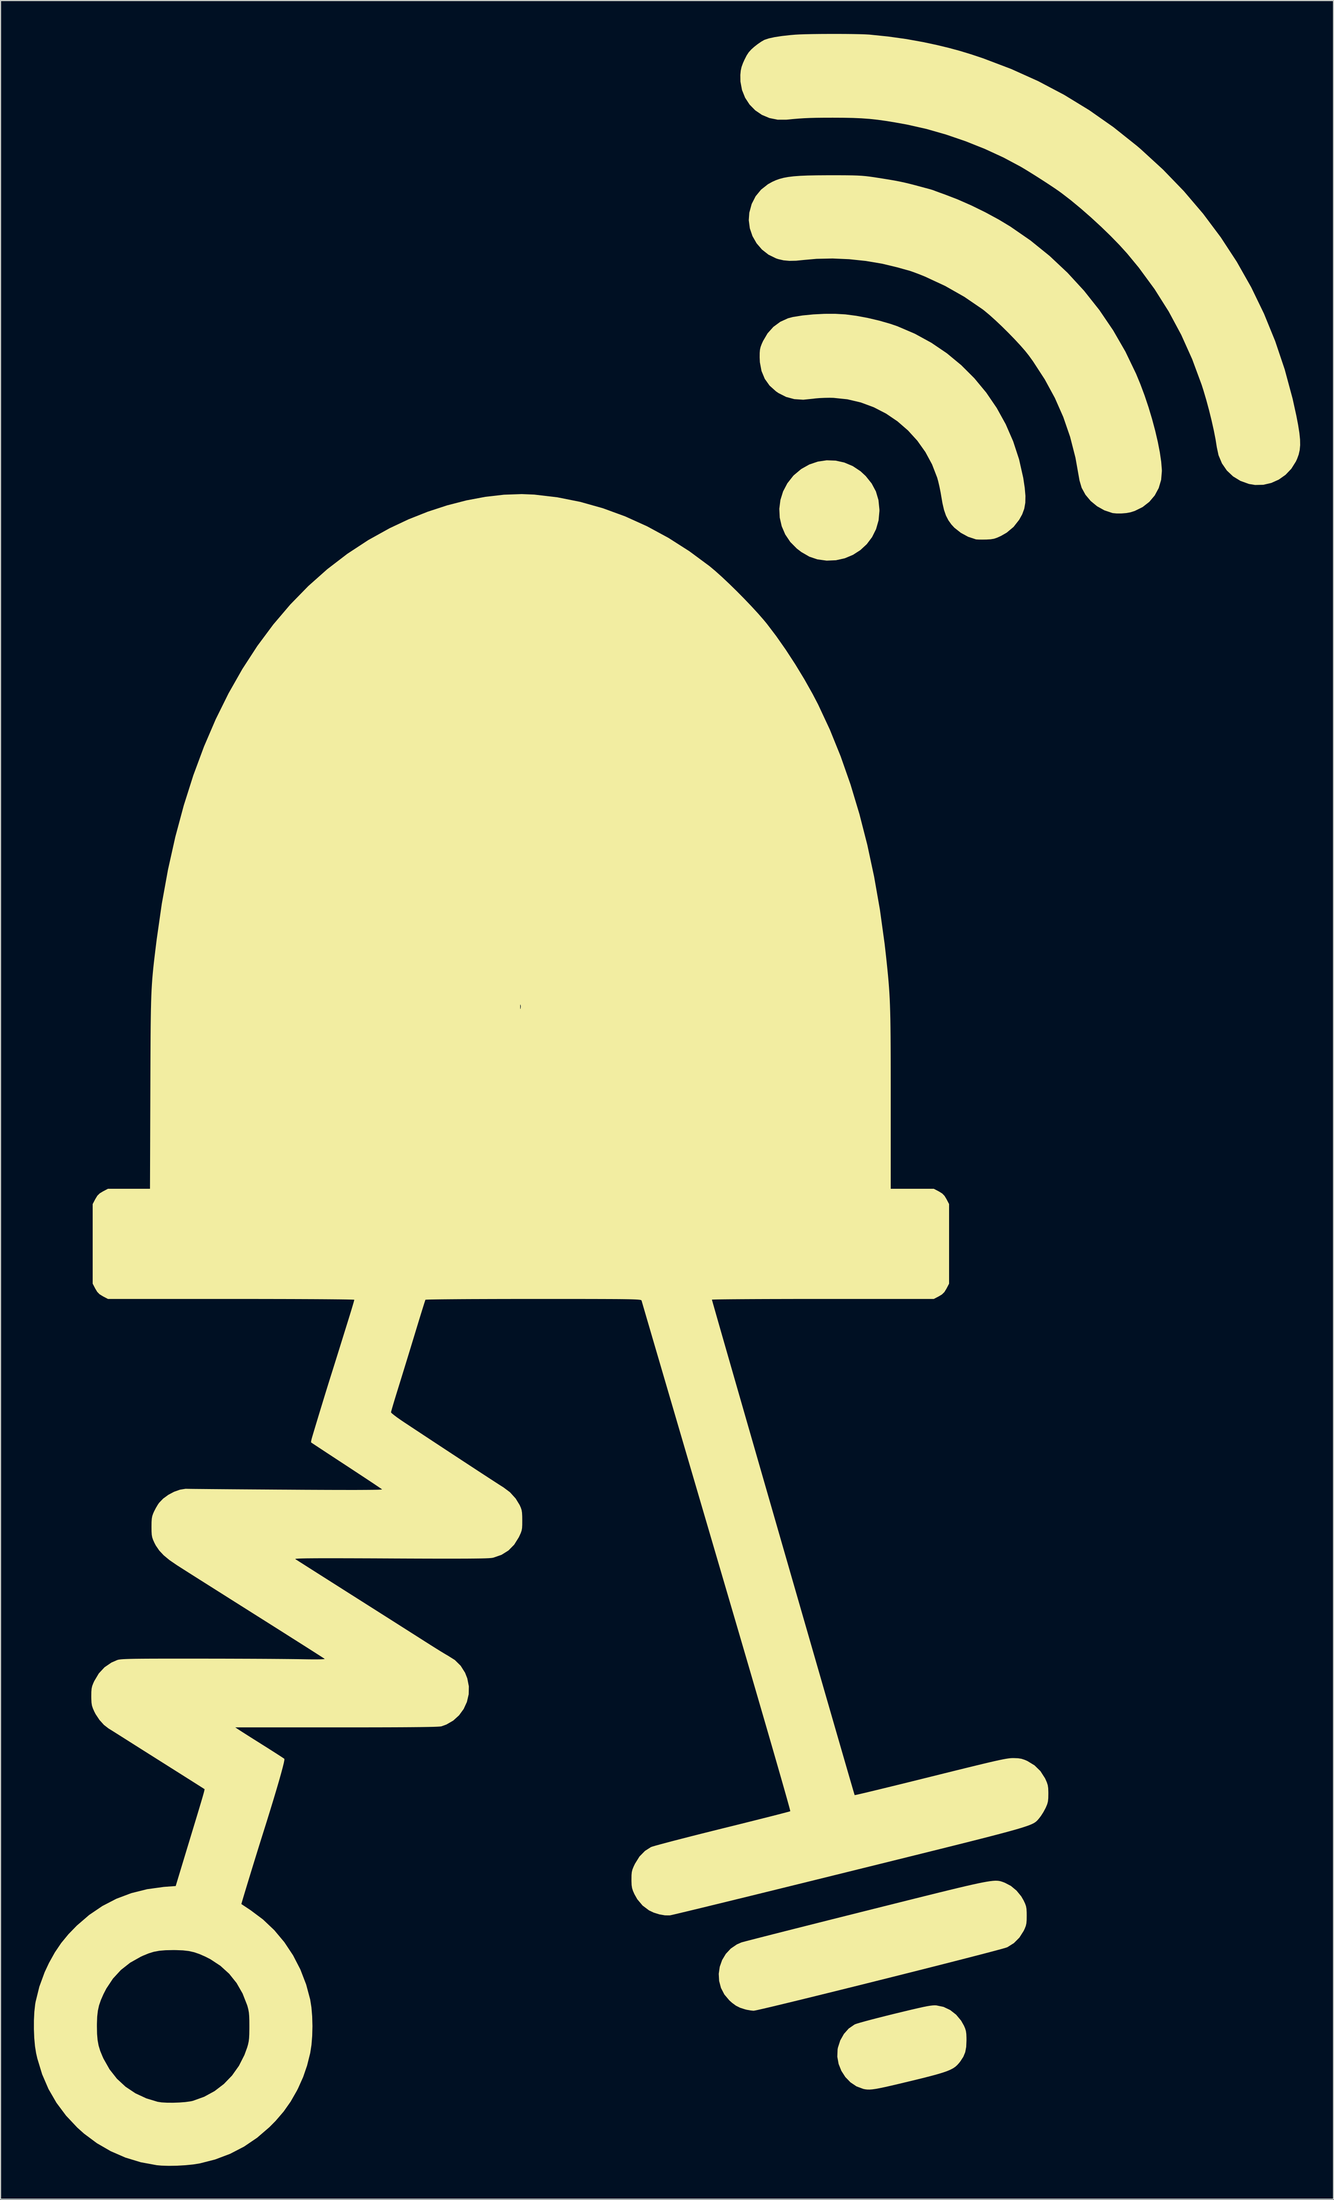
<source format=kicad_pcb>
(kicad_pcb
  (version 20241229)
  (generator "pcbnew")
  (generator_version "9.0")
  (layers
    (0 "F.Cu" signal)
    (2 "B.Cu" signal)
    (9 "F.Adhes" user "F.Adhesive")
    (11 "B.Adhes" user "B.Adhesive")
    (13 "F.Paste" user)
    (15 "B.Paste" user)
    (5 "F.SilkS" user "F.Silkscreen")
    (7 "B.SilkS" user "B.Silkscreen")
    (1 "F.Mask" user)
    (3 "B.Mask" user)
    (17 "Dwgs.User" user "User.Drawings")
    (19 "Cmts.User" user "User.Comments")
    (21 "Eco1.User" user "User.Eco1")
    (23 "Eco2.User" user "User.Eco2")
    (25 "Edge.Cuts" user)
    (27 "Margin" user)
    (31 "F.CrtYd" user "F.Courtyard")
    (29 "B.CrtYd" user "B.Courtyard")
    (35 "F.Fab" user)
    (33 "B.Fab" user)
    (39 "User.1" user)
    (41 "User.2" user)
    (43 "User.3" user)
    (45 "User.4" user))
  (footprint "logo_1"
    (layer "F.Cu")
    (at 49.23 97.83)
    (property "Reference" "logo_1" (at 0 0 0) (layer "F.SilkS") (effects (font (size 1.524 1.524) (thickness 0.3))))
    (attr board_only exclude_from_pos_files exclude_from_bom)
    (fp_poly (pts (xy 22.897 -59.463) (xy 23.684 -59.289) (xy 24.437 -58.972) (xy 25.135 -58.51) (xy 25.604 -58.077) (xy 26.141 -57.406) (xy 26.521 -56.694) (xy 26.751 -55.919) (xy 26.838 -55.062) (xy 26.839 -54.936) (xy 26.761 -54.087) (xy 26.535 -53.299) (xy 26.178 -52.584) (xy 25.703 -51.953) (xy 25.125 -51.418) (xy 24.461 -50.991) (xy 23.724 -50.682) (xy 22.93 -50.505) (xy 22.093 -50.469) (xy 21.251 -50.583) (xy 20.531 -50.828) (xy 19.815 -51.242) (xy 19.409 -51.552) (xy 18.819 -52.147) (xy 18.365 -52.822) (xy 18.049 -53.559) (xy 17.87 -54.334) (xy 17.831 -55.129) (xy 17.931 -55.922) (xy 18.171 -56.693) (xy 18.554 -57.422) (xy 19.078 -58.087) (xy 19.144 -58.155) (xy 19.803 -58.707) (xy 20.528 -59.114) (xy 21.298 -59.375) (xy 22.095 -59.491)) (stroke (width 0) (type solid)) (fill yes) (layer "F.SilkS"))
    (fp_poly (pts (xy 31.951 79.437) (xy 31.962 79.438) (xy 32.605 79.572) (xy 33.206 79.857) (xy 33.742 80.276) (xy 34.189 80.811) (xy 34.444 81.262) (xy 34.552 81.514) (xy 34.62 81.745) (xy 34.656 82.008) (xy 34.67 82.358) (xy 34.671 82.592) (xy 34.646 83.173) (xy 34.558 83.644) (xy 34.389 84.057) (xy 34.124 84.465) (xy 33.995 84.628) (xy 33.844 84.797) (xy 33.677 84.948) (xy 33.477 85.087) (xy 33.228 85.218) (xy 32.915 85.35) (xy 32.521 85.486) (xy 32.032 85.632) (xy 31.43 85.796) (xy 30.7 85.982) (xy 29.826 86.196) (xy 29.484 86.278) (xy 28.629 86.483) (xy 27.921 86.649) (xy 27.342 86.78) (xy 26.873 86.878) (xy 26.497 86.947) (xy 26.196 86.989) (xy 25.953 87.007) (xy 25.749 87.004) (xy 25.566 86.984) (xy 25.388 86.948) (xy 25.378 86.945) (xy 24.772 86.719) (xy 24.233 86.357) (xy 23.775 85.885) (xy 23.415 85.327) (xy 23.168 84.709) (xy 23.049 84.056) (xy 23.075 83.395) (xy 23.102 83.245) (xy 23.315 82.585) (xy 23.645 82.002) (xy 24.072 81.521) (xy 24.578 81.171) (xy 24.654 81.133) (xy 24.817 81.075) (xy 25.124 80.984) (xy 25.556 80.864) (xy 26.09 80.721) (xy 26.708 80.561) (xy 27.388 80.389) (xy 28.111 80.21) (xy 28.234 80.18) (xy 29.07 79.977) (xy 29.76 79.813) (xy 30.32 79.683) (xy 30.769 79.584) (xy 31.124 79.513) (xy 31.402 79.467) (xy 31.621 79.441) (xy 31.798 79.432)) (stroke (width 0) (type solid)) (fill yes) (layer "F.SilkS"))
    (fp_poly (pts (xy 23.756 -72.613) (xy 23.791 -72.61) (xy 24.75 -72.485) (xy 25.781 -72.293) (xy 26.821 -72.049) (xy 27.805 -71.767) (xy 28.448 -71.547) (xy 30.027 -70.871) (xy 31.516 -70.056) (xy 32.911 -69.111) (xy 34.202 -68.043) (xy 35.384 -66.863) (xy 36.449 -65.579) (xy 37.39 -64.2) (xy 38.201 -62.735) (xy 38.873 -61.192) (xy 39.401 -59.581) (xy 39.778 -57.91) (xy 39.911 -57.023) (xy 39.975 -56.291) (xy 39.963 -55.675) (xy 39.868 -55.135) (xy 39.684 -54.633) (xy 39.412 -54.144) (xy 38.909 -53.504) (xy 38.292 -52.988) (xy 37.772 -52.689) (xy 37.427 -52.533) (xy 37.145 -52.438) (xy 36.85 -52.389) (xy 36.468 -52.367) (xy 36.417 -52.366) (xy 36.062 -52.361) (xy 35.757 -52.365) (xy 35.554 -52.378) (xy 35.518 -52.383) (xy 34.82 -52.613) (xy 34.16 -52.971) (xy 33.585 -53.426) (xy 33.318 -53.713) (xy 33.042 -54.098) (xy 32.824 -54.522) (xy 32.652 -55.019) (xy 32.511 -55.625) (xy 32.426 -56.119) (xy 32.341 -56.616) (xy 32.237 -57.13) (xy 32.128 -57.597) (xy 32.035 -57.932) (xy 31.574 -59.123) (xy 30.974 -60.233) (xy 30.247 -61.255) (xy 29.407 -62.177) (xy 28.467 -62.992) (xy 27.439 -63.689) (xy 26.337 -64.258) (xy 25.172 -64.69) (xy 23.958 -64.976) (xy 22.709 -65.106) (xy 22.356 -65.114) (xy 21.904 -65.106) (xy 21.455 -65.086) (xy 21.071 -65.054) (xy 20.87 -65.028) (xy 19.985 -64.938) (xy 19.181 -64.991) (xy 18.443 -65.189) (xy 17.758 -65.536) (xy 17.529 -65.692) (xy 16.954 -66.209) (xy 16.522 -66.818) (xy 16.231 -67.519) (xy 16.083 -68.309) (xy 16.063 -68.749) (xy 16.067 -69.145) (xy 16.091 -69.434) (xy 16.147 -69.681) (xy 16.248 -69.95) (xy 16.368 -70.216) (xy 16.774 -70.906) (xy 17.295 -71.487) (xy 17.915 -71.943) (xy 18.613 -72.261) (xy 19.053 -72.377) (xy 19.919 -72.515) (xy 20.886 -72.61) (xy 21.89 -72.661) (xy 22.868 -72.663)) (stroke (width 0) (type solid)) (fill yes) (layer "F.SilkS"))
    (fp_poly (pts (xy 37.438 68.23) (xy 37.588 68.245) (xy 37.721 68.272) (xy 37.844 68.308) (xy 37.968 68.352) (xy 38.099 68.402) (xy 38.122 68.41) (xy 38.667 68.696) (xy 39.172 69.115) (xy 39.597 69.632) (xy 39.812 70.003) (xy 39.945 70.287) (xy 40.027 70.521) (xy 40.07 70.763) (xy 40.087 71.074) (xy 40.09 71.374) (xy 40.085 71.771) (xy 40.061 72.057) (xy 40.008 72.291) (xy 39.914 72.532) (xy 39.815 72.741) (xy 39.433 73.34) (xy 38.939 73.835) (xy 38.359 74.199) (xy 38.326 74.214) (xy 38.187 74.26) (xy 37.897 74.344) (xy 37.467 74.461) (xy 36.909 74.61) (xy 36.234 74.787) (xy 35.455 74.989) (xy 34.583 75.214) (xy 33.63 75.458) (xy 32.607 75.719) (xy 31.527 75.993) (xy 30.4 76.278) (xy 29.239 76.57) (xy 28.055 76.868) (xy 26.86 77.167) (xy 25.665 77.466) (xy 24.483 77.76) (xy 23.325 78.047) (xy 22.202 78.325) (xy 21.127 78.59) (xy 20.111 78.839) (xy 19.166 79.07) (xy 18.303 79.279) (xy 17.534 79.464) (xy 16.871 79.622) (xy 16.326 79.749) (xy 15.91 79.843) (xy 15.635 79.901) (xy 15.513 79.92) (xy 15.242 79.893) (xy 14.91 79.833) (xy 14.751 79.794) (xy 14.302 79.65) (xy 13.934 79.467) (xy 13.582 79.208) (xy 13.329 78.981) (xy 12.886 78.455) (xy 12.583 77.867) (xy 12.417 77.24) (xy 12.382 76.598) (xy 12.474 75.962) (xy 12.688 75.357) (xy 13.019 74.806) (xy 13.462 74.331) (xy 14.012 73.955) (xy 14.414 73.779) (xy 14.539 73.743) (xy 14.818 73.669) (xy 15.242 73.558) (xy 15.8 73.415) (xy 16.483 73.24) (xy 17.279 73.037) (xy 18.18 72.808) (xy 19.175 72.556) (xy 20.255 72.284) (xy 21.408 71.993) (xy 22.626 71.686) (xy 23.898 71.367) (xy 25.215 71.037) (xy 25.612 70.937) (xy 27.216 70.535) (xy 28.665 70.173) (xy 29.967 69.847) (xy 31.13 69.558) (xy 32.164 69.302) (xy 33.076 69.079) (xy 33.876 68.885) (xy 34.572 68.721) (xy 35.173 68.584) (xy 35.687 68.471) (xy 36.124 68.383) (xy 36.491 68.316) (xy 36.797 68.269) (xy 37.051 68.24) (xy 37.262 68.227)) (stroke (width 0) (type solid)) (fill yes) (layer "F.SilkS"))
    (fp_poly (pts (xy 23.229 -85.122) (xy 23.879 -85.118) (xy 24.413 -85.11) (xy 24.857 -85.096) (xy 25.239 -85.075) (xy 25.585 -85.045) (xy 25.921 -85.006) (xy 26.275 -84.956) (xy 26.416 -84.935) (xy 27.146 -84.821) (xy 27.746 -84.724) (xy 28.253 -84.636) (xy 28.703 -84.548) (xy 29.136 -84.454) (xy 29.586 -84.346) (xy 30.092 -84.215) (xy 30.691 -84.054) (xy 30.946 -83.985) (xy 31.208 -83.915) (xy 31.411 -83.861) (xy 31.649 -83.788) (xy 31.792 -83.734) (xy 31.947 -83.674) (xy 32.213 -83.576) (xy 32.544 -83.457) (xy 32.681 -83.409) (xy 33.86 -82.956) (xy 35.103 -82.41) (xy 36.355 -81.797) (xy 37.56 -81.145) (xy 38.608 -80.515) (xy 40.429 -79.257) (xy 42.148 -77.868) (xy 43.759 -76.356) (xy 45.254 -74.731) (xy 46.626 -73.001) (xy 47.867 -71.175) (xy 48.97 -69.263) (xy 49.927 -67.274) (xy 50.315 -66.336) (xy 50.695 -65.319) (xy 51.048 -64.265) (xy 51.368 -63.2) (xy 51.649 -62.15) (xy 51.884 -61.143) (xy 52.066 -60.204) (xy 52.19 -59.36) (xy 52.247 -58.638) (xy 52.25 -58.53) (xy 52.184 -57.735) (xy 51.966 -56.997) (xy 51.608 -56.333) (xy 51.121 -55.758) (xy 50.519 -55.288) (xy 49.813 -54.939) (xy 49.423 -54.815) (xy 49.061 -54.748) (xy 48.628 -54.712) (xy 48.199 -54.709) (xy 47.847 -54.742) (xy 47.794 -54.753) (xy 47.072 -54.994) (xy 46.415 -55.362) (xy 45.842 -55.835) (xy 45.375 -56.393) (xy 45.033 -57.017) (xy 44.837 -57.684) (xy 44.824 -57.764) (xy 44.474 -59.731) (xy 43.995 -61.597) (xy 43.38 -63.38) (xy 42.622 -65.097) (xy 41.715 -66.763) (xy 40.651 -68.398) (xy 40.279 -68.913) (xy 39.942 -69.336) (xy 39.502 -69.838) (xy 38.987 -70.392) (xy 38.425 -70.969) (xy 37.845 -71.542) (xy 37.273 -72.082) (xy 36.739 -72.561) (xy 36.27 -72.952) (xy 36.11 -73.075) (xy 34.48 -74.188) (xy 32.749 -75.17) (xy 30.939 -76.01) (xy 30.565 -76.162) (xy 30.195 -76.305) (xy 29.857 -76.43) (xy 29.6 -76.519) (xy 29.506 -76.548) (xy 29.314 -76.6) (xy 29.01 -76.684) (xy 28.645 -76.786) (xy 28.448 -76.841) (xy 27.072 -77.171) (xy 25.612 -77.416) (xy 24.114 -77.573) (xy 22.623 -77.638) (xy 21.184 -77.607) (xy 20.063 -77.508) (xy 19.34 -77.436) (xy 18.737 -77.424) (xy 18.216 -77.471) (xy 17.738 -77.581) (xy 17.53 -77.651) (xy 16.856 -77.982) (xy 16.27 -78.441) (xy 15.786 -79.004) (xy 15.418 -79.647) (xy 15.18 -80.347) (xy 15.084 -81.082) (xy 15.132 -81.754) (xy 15.346 -82.54) (xy 15.7 -83.233) (xy 16.189 -83.826) (xy 16.806 -84.312) (xy 17.191 -84.527) (xy 17.514 -84.673) (xy 17.851 -84.793) (xy 18.219 -84.891) (xy 18.639 -84.968) (xy 19.128 -85.027) (xy 19.707 -85.07) (xy 20.393 -85.099) (xy 21.206 -85.115) (xy 22.164 -85.122) (xy 22.437 -85.123)) (stroke (width 0) (type solid)) (fill yes) (layer "F.SilkS"))
    (fp_poly (pts (xy 23.731 -97.827) (xy 24.42 -97.819) (xy 25.033 -97.807) (xy 25.541 -97.791) (xy 25.913 -97.771) (xy 25.95 -97.768) (xy 27.628 -97.596) (xy 29.258 -97.369) (xy 30.782 -97.094) (xy 30.861 -97.078) (xy 32.02 -96.829) (xy 33.066 -96.577) (xy 34.057 -96.309) (xy 35.048 -96.008) (xy 36.098 -95.659) (xy 36.162 -95.637) (xy 38.693 -94.677) (xy 41.125 -93.582) (xy 43.464 -92.348) (xy 45.718 -90.971) (xy 47.894 -89.445) (xy 50 -87.767) (xy 50.334 -87.482) (xy 52.352 -85.633) (xy 54.227 -83.694) (xy 55.958 -81.665) (xy 57.546 -79.546) (xy 58.989 -77.341) (xy 60.287 -75.048) (xy 61.438 -72.671) (xy 62.443 -70.209) (xy 63.3 -67.664) (xy 64.01 -65.037) (xy 64.348 -63.5) (xy 64.509 -62.659) (xy 64.62 -61.954) (xy 64.681 -61.362) (xy 64.691 -60.857) (xy 64.65 -60.414) (xy 64.558 -60.009) (xy 64.415 -59.617) (xy 64.306 -59.383) (xy 63.898 -58.733) (xy 63.378 -58.188) (xy 62.769 -57.758) (xy 62.093 -57.455) (xy 61.375 -57.289) (xy 60.637 -57.272) (xy 60.082 -57.364) (xy 59.318 -57.639) (xy 58.651 -58.046) (xy 58.093 -58.574) (xy 57.655 -59.211) (xy 57.347 -59.944) (xy 57.192 -60.664) (xy 57.082 -61.359) (xy 56.923 -62.172) (xy 56.724 -63.062) (xy 56.496 -63.987) (xy 56.247 -64.908) (xy 55.988 -65.784) (xy 55.824 -66.294) (xy 54.978 -68.579) (xy 53.993 -70.769) (xy 52.865 -72.868) (xy 51.593 -74.882) (xy 50.172 -76.817) (xy 49.127 -78.083) (xy 48.435 -78.846) (xy 47.639 -79.663) (xy 46.771 -80.504) (xy 45.863 -81.339) (xy 44.948 -82.139) (xy 44.06 -82.874) (xy 43.23 -83.513) (xy 42.973 -83.699) (xy 42.59 -83.964) (xy 42.101 -84.289) (xy 41.547 -84.65) (xy 40.97 -85.019) (xy 40.409 -85.37) (xy 39.906 -85.679) (xy 39.518 -85.908) (xy 37.985 -86.724) (xy 36.331 -87.486) (xy 34.598 -88.177) (xy 32.83 -88.782) (xy 31.07 -89.285) (xy 29.361 -89.67) (xy 29.21 -89.699) (xy 28.26 -89.87) (xy 27.427 -90.006) (xy 26.671 -90.111) (xy 25.95 -90.189) (xy 25.222 -90.242) (xy 24.448 -90.275) (xy 23.584 -90.292) (xy 22.648 -90.297) (xy 21.839 -90.295) (xy 21.16 -90.287) (xy 20.575 -90.272) (xy 20.043 -90.249) (xy 19.528 -90.215) (xy 18.99 -90.169) (xy 18.485 -90.119) (xy 17.692 -90.116) (xy 16.947 -90.265) (xy 16.267 -90.55) (xy 15.665 -90.959) (xy 15.156 -91.478) (xy 14.755 -92.091) (xy 14.476 -92.785) (xy 14.334 -93.546) (xy 14.326 -94.143) (xy 14.362 -94.527) (xy 14.434 -94.857) (xy 14.561 -95.206) (xy 14.693 -95.5) (xy 14.889 -95.888) (xy 15.08 -96.179) (xy 15.312 -96.435) (xy 15.571 -96.667) (xy 15.882 -96.911) (xy 16.202 -97.131) (xy 16.469 -97.285) (xy 16.506 -97.301) (xy 16.882 -97.426) (xy 17.409 -97.541) (xy 18.068 -97.642) (xy 18.839 -97.727) (xy 19.279 -97.764) (xy 19.667 -97.785) (xy 20.186 -97.802) (xy 20.809 -97.816) (xy 21.505 -97.825) (xy 22.243 -97.829) (xy 22.995 -97.83)) (stroke (width 0) (type solid)) (fill yes) (layer "F.SilkS"))
    (fp_poly (pts (xy -4.212 -56.408) (xy -2.138 -56.164) (xy -0.079 -55.754) (xy 1.958 -55.181) (xy 3.966 -54.447) (xy 5.937 -53.556) (xy 7.865 -52.511) (xy 9.741 -51.314) (xy 11.557 -49.971) (xy 12.074 -49.538) (xy 12.672 -49.002) (xy 13.323 -48.389) (xy 14.002 -47.726) (xy 14.68 -47.04) (xy 15.331 -46.358) (xy 15.929 -45.708) (xy 16.446 -45.115) (xy 16.715 -44.789) (xy 17.559 -43.678) (xy 18.421 -42.447) (xy 19.272 -41.141) (xy 20.085 -39.803) (xy 20.831 -38.478) (xy 21.321 -37.539) (xy 22.378 -35.276) (xy 23.351 -32.873) (xy 24.239 -30.341) (xy 25.038 -27.686) (xy 25.747 -24.92) (xy 26.362 -22.05) (xy 26.882 -19.087) (xy 27.303 -16.039) (xy 27.428 -14.944) (xy 27.497 -14.299) (xy 27.558 -13.708) (xy 27.612 -13.157) (xy 27.659 -12.632) (xy 27.699 -12.119) (xy 27.734 -11.603) (xy 27.763 -11.071) (xy 27.787 -10.508) (xy 27.806 -9.9) (xy 27.822 -9.232) (xy 27.833 -8.492) (xy 27.842 -7.664) (xy 27.848 -6.734) (xy 27.852 -5.688) (xy 27.854 -4.513) (xy 27.855 -3.193) (xy 27.855 -2.068) (xy 27.855 6.011) (xy 31.731 6.011) (xy 32.182 6.247) (xy 32.486 6.433) (xy 32.696 6.648) (xy 32.869 6.934) (xy 33.105 7.385) (xy 33.105 14.543) (xy 32.869 14.995) (xy 32.683 15.299) (xy 32.468 15.509) (xy 32.182 15.682) (xy 31.731 15.917) (xy 21.75 15.917) (xy 20.465 15.918) (xy 19.228 15.919) (xy 18.05 15.922) (xy 16.94 15.925) (xy 15.91 15.929) (xy 14.97 15.934) (xy 14.13 15.94) (xy 13.401 15.946) (xy 12.793 15.953) (xy 12.317 15.96) (xy 11.982 15.968) (xy 11.8 15.976) (xy 11.769 15.981) (xy 11.792 16.068) (xy 11.859 16.309) (xy 11.97 16.697) (xy 12.12 17.223) (xy 12.307 17.88) (xy 12.53 18.659) (xy 12.786 19.552) (xy 13.073 20.552) (xy 13.389 21.65) (xy 13.73 22.838) (xy 14.095 24.108) (xy 14.482 25.452) (xy 14.887 26.862) (xy 15.31 28.33) (xy 15.747 29.848) (xy 16.196 31.409) (xy 16.655 33.003) (xy 17.122 34.622) (xy 17.594 36.26) (xy 18.068 37.907) (xy 18.544 39.556) (xy 19.017 41.199) (xy 19.487 42.827) (xy 19.95 44.433) (xy 20.405 46.009) (xy 20.848 47.546) (xy 21.278 49.036) (xy 21.693 50.472) (xy 22.089 51.845) (xy 22.466 53.147) (xy 22.819 54.371) (xy 23.148 55.508) (xy 23.45 56.55) (xy 23.722 57.489) (xy 23.962 58.318) (xy 24.168 59.027) (xy 24.338 59.61) (xy 24.468 60.057) (xy 24.558 60.362) (xy 24.604 60.515) (xy 24.61 60.532) (xy 24.695 60.518) (xy 24.933 60.466) (xy 25.31 60.379) (xy 25.815 60.259) (xy 26.436 60.11) (xy 27.16 59.934) (xy 27.975 59.735) (xy 28.87 59.516) (xy 29.831 59.279) (xy 30.847 59.027) (xy 31.435 58.881) (xy 32.663 58.576) (xy 33.738 58.31) (xy 34.671 58.08) (xy 35.475 57.884) (xy 36.161 57.718) (xy 36.739 57.581) (xy 37.223 57.47) (xy 37.622 57.382) (xy 37.949 57.315) (xy 38.214 57.266) (xy 38.43 57.233) (xy 38.609 57.212) (xy 38.76 57.202) (xy 38.897 57.2) (xy 38.914 57.2) (xy 39.311 57.216) (xy 39.618 57.264) (xy 39.913 57.36) (xy 40.159 57.469) (xy 40.795 57.858) (xy 41.324 58.374) (xy 41.731 59.006) (xy 41.768 59.08) (xy 41.901 59.382) (xy 41.982 59.634) (xy 42.022 59.902) (xy 42.035 60.25) (xy 42.036 60.41) (xy 42.029 60.803) (xy 42.001 61.091) (xy 41.938 61.337) (xy 41.827 61.606) (xy 41.772 61.722) (xy 41.588 62.063) (xy 41.375 62.396) (xy 41.207 62.617) (xy 41.136 62.7) (xy 41.07 62.777) (xy 41.001 62.848) (xy 40.923 62.918) (xy 40.829 62.987) (xy 40.712 63.057) (xy 40.565 63.13) (xy 40.382 63.208) (xy 40.154 63.294) (xy 39.875 63.388) (xy 39.539 63.494) (xy 39.138 63.612) (xy 38.666 63.745) (xy 38.115 63.895) (xy 37.479 64.064) (xy 36.75 64.254) (xy 35.922 64.466) (xy 34.988 64.703) (xy 33.94 64.966) (xy 32.773 65.258) (xy 31.478 65.58) (xy 30.05 65.935) (xy 28.48 66.324) (xy 26.763 66.749) (xy 24.89 67.212) (xy 24.143 67.397) (xy 22.54 67.793) (xy 20.978 68.179) (xy 19.464 68.552) (xy 18.008 68.911) (xy 16.617 69.253) (xy 15.3 69.577) (xy 14.064 69.879) (xy 12.918 70.16) (xy 11.871 70.415) (xy 10.93 70.644) (xy 10.104 70.844) (xy 9.4 71.014) (xy 8.828 71.15) (xy 8.395 71.253) (xy 8.11 71.318) (xy 7.98 71.345) (xy 7.978 71.345) (xy 7.544 71.342) (xy 7.041 71.254) (xy 6.536 71.097) (xy 6.111 70.897) (xy 5.53 70.46) (xy 5.056 69.897) (xy 4.797 69.439) (xy 4.665 69.14) (xy 4.585 68.889) (xy 4.544 68.622) (xy 4.531 68.274) (xy 4.53 68.11) (xy 4.535 67.727) (xy 4.561 67.447) (xy 4.622 67.206) (xy 4.733 66.937) (xy 4.849 66.697) (xy 5.25 66.052) (xy 5.747 65.546) (xy 6.284 65.203) (xy 6.422 65.155) (xy 6.711 65.07) (xy 7.137 64.953) (xy 7.685 64.806) (xy 8.343 64.633) (xy 9.096 64.439) (xy 9.931 64.225) (xy 10.833 63.997) (xy 11.789 63.758) (xy 12.693 63.533) (xy 13.678 63.29) (xy 14.614 63.057) (xy 15.489 62.838) (xy 16.291 62.636) (xy 17.005 62.456) (xy 17.62 62.299) (xy 18.122 62.169) (xy 18.498 62.071) (xy 18.735 62.006) (xy 18.82 61.978) (xy 18.802 61.893) (xy 18.74 61.652) (xy 18.633 61.264) (xy 18.486 60.736) (xy 18.299 60.076) (xy 18.076 59.292) (xy 17.817 58.39) (xy 17.526 57.378) (xy 17.205 56.264) (xy 16.855 55.056) (xy 16.479 53.761) (xy 16.079 52.386) (xy 15.658 50.939) (xy 15.217 49.428) (xy 14.758 47.859) (xy 14.285 46.242) (xy 13.882 44.867) (xy 13.154 42.386) (xy 12.451 39.991) (xy 11.775 37.686) (xy 11.126 35.474) (xy 10.506 33.361) (xy 9.916 31.349) (xy 9.357 29.443) (xy 8.83 27.646) (xy 8.337 25.963) (xy 7.878 24.398) (xy 7.455 22.954) (xy 7.069 21.636) (xy 6.72 20.447) (xy 6.411 19.392) (xy 6.143 18.474) (xy 5.915 17.698) (xy 5.731 17.067) (xy 5.59 16.585) (xy 5.495 16.257) (xy 5.445 16.086) (xy 5.44 16.066) (xy 5.427 16.043) (xy 5.395 16.022) (xy 5.335 16.004) (xy 5.238 15.989) (xy 5.094 15.975) (xy 4.895 15.963) (xy 4.632 15.953) (xy 4.295 15.944) (xy 3.875 15.937) (xy 3.363 15.931) (xy 2.75 15.927) (xy 2.026 15.924) (xy 1.184 15.921) (xy 0.212 15.919) (xy -0.896 15.918) (xy -2.152 15.918) (xy -3.564 15.917) (xy -4.281 15.917) (xy -5.547 15.918) (xy -6.765 15.92) (xy -7.925 15.923) (xy -9.017 15.927) (xy -10.028 15.931) (xy -10.95 15.937) (xy -11.771 15.944) (xy -12.48 15.951) (xy -13.067 15.959) (xy -13.521 15.967) (xy -13.831 15.976) (xy -13.987 15.985) (xy -14.004 15.989) (xy -14.038 16.084) (xy -14.116 16.322) (xy -14.23 16.686) (xy -14.376 17.155) (xy -14.548 17.711) (xy -14.739 18.336) (xy -14.933 18.974) (xy -15.174 19.765) (xy -15.432 20.61) (xy -15.695 21.467) (xy -15.951 22.299) (xy -16.187 23.064) (xy -16.391 23.722) (xy -16.46 23.944) (xy -16.635 24.509) (xy -16.792 25.023) (xy -16.924 25.464) (xy -17.024 25.809) (xy -17.086 26.034) (xy -17.103 26.113) (xy -17.035 26.195) (xy -16.848 26.35) (xy -16.566 26.562) (xy -16.21 26.812) (xy -15.896 27.023) (xy -15.062 27.575) (xy -14.205 28.14) (xy -13.341 28.71) (xy -12.48 29.276) (xy -11.637 29.83) (xy -10.825 30.363) (xy -10.055 30.867) (xy -9.342 31.334) (xy -8.698 31.754) (xy -8.136 32.12) (xy -7.669 32.423) (xy -7.311 32.654) (xy -7.073 32.805) (xy -6.997 32.851) (xy -6.398 33.299) (xy -5.887 33.862) (xy -5.531 34.443) (xy -5.423 34.683) (xy -5.353 34.898) (xy -5.315 35.14) (xy -5.298 35.458) (xy -5.294 35.818) (xy -5.296 36.225) (xy -5.311 36.516) (xy -5.352 36.746) (xy -5.428 36.968) (xy -5.551 37.235) (xy -5.611 37.358) (xy -6.02 38.011) (xy -6.536 38.534) (xy -7.155 38.922) (xy -7.87 39.172) (xy -7.978 39.196) (xy -8.107 39.213) (xy -8.321 39.228) (xy -8.629 39.241) (xy -9.036 39.251) (xy -9.551 39.258) (xy -10.182 39.264) (xy -10.935 39.267) (xy -11.819 39.269) (xy -12.84 39.268) (xy -14.006 39.265) (xy -15.325 39.26) (xy -16.804 39.253) (xy -17.164 39.251) (xy -18.618 39.243) (xy -19.91 39.238) (xy -21.048 39.234) (xy -22.041 39.232) (xy -22.896 39.232) (xy -23.621 39.233) (xy -24.224 39.237) (xy -24.713 39.242) (xy -25.095 39.25) (xy -25.379 39.259) (xy -25.572 39.271) (xy -25.683 39.285) (xy -25.718 39.301) (xy -25.713 39.309) (xy -25.617 39.371) (xy -25.39 39.515) (xy -25.044 39.735) (xy -24.591 40.023) (xy -24.043 40.371) (xy -23.412 40.772) (xy -22.71 41.217) (xy -21.949 41.7) (xy -21.141 42.213) (xy -20.617 42.545) (xy -19.732 43.106) (xy -18.847 43.667) (xy -17.979 44.218) (xy -17.144 44.747) (xy -16.361 45.245) (xy -15.646 45.699) (xy -15.018 46.098) (xy -14.492 46.432) (xy -14.088 46.69) (xy -13.996 46.748) (xy -13.503 47.061) (xy -13.041 47.351) (xy -12.635 47.603) (xy -12.309 47.801) (xy -12.089 47.931) (xy -12.023 47.967) (xy -11.362 48.381) (xy -10.834 48.901) (xy -10.439 49.526) (xy -10.24 50.032) (xy -10.099 50.752) (xy -10.114 51.466) (xy -10.274 52.152) (xy -10.566 52.788) (xy -10.979 53.354) (xy -11.501 53.827) (xy -12.121 54.185) (xy -12.573 54.347) (xy -12.695 54.363) (xy -12.937 54.378) (xy -13.306 54.392) (xy -13.804 54.403) (xy -14.437 54.413) (xy -15.209 54.421) (xy -16.126 54.428) (xy -17.191 54.433) (xy -18.41 54.437) (xy -19.787 54.439) (xy -21.326 54.44) (xy -22.013 54.44) (xy -31.114 54.439) (xy -30.818 54.638) (xy -30.666 54.737) (xy -30.394 54.911) (xy -30.024 55.146) (xy -29.581 55.427) (xy -29.085 55.739) (xy -28.66 56.007) (xy -28.153 56.326) (xy -27.691 56.62) (xy -27.294 56.874) (xy -26.982 57.076) (xy -26.775 57.213) (xy -26.697 57.27) (xy -26.696 57.374) (xy -26.745 57.63) (xy -26.843 58.029) (xy -26.986 58.563) (xy -27.172 59.223) (xy -27.399 60) (xy -27.664 60.886) (xy -27.965 61.871) (xy -28.298 62.947) (xy -28.663 64.105) (xy -28.699 64.22) (xy -28.842 64.675) (xy -29.009 65.208) (xy -29.192 65.799) (xy -29.386 66.426) (xy -29.584 67.07) (xy -29.78 67.71) (xy -29.968 68.324) (xy -30.14 68.892) (xy -30.292 69.393) (xy -30.416 69.807) (xy -30.506 70.112) (xy -30.556 70.289) (xy -30.565 70.324) (xy -30.498 70.371) (xy -30.318 70.492) (xy -30.052 70.669) (xy -29.741 70.874) (xy -28.62 71.712) (xy -27.602 72.676) (xy -26.697 73.756) (xy -25.912 74.939) (xy -25.255 76.212) (xy -24.735 77.562) (xy -24.374 78.909) (xy -24.262 79.616) (xy -24.194 80.432) (xy -24.17 81.303) (xy -24.192 82.175) (xy -24.258 82.995) (xy -24.368 83.707) (xy -24.374 83.735) (xy -24.654 84.851) (xy -25.006 85.876) (xy -25.456 86.882) (xy -25.577 87.12) (xy -26.135 88.095) (xy -26.759 88.98) (xy -27.485 89.825) (xy -28.04 90.385) (xy -29.144 91.335) (xy -30.322 92.134) (xy -31.581 92.786) (xy -32.926 93.293) (xy -34.29 93.642) (xy -34.892 93.739) (xy -35.595 93.809) (xy -36.343 93.852) (xy -37.081 93.865) (xy -37.751 93.845) (xy -38.177 93.807) (xy -39.614 93.543) (xy -40.999 93.122) (xy -42.319 92.548) (xy -43.564 91.829) (xy -44.72 90.969) (xy -45.329 90.424) (xy -46.339 89.35) (xy -47.201 88.196) (xy -47.917 86.959) (xy -48.489 85.634) (xy -48.921 84.215) (xy -49.031 83.735) (xy -49.131 83.111) (xy -49.198 82.375) (xy -49.23 81.579) (xy -49.229 81.322) (xy -43.561 81.322) (xy -43.548 82) (xy -43.5 82.56) (xy -43.409 83.054) (xy -43.264 83.531) (xy -43.053 84.042) (xy -42.964 84.236) (xy -42.422 85.193) (xy -41.761 86.033) (xy -40.985 86.751) (xy -40.1 87.342) (xy -39.113 87.8) (xy -38.1 88.106) (xy -37.74 88.16) (xy -37.261 88.187) (xy -36.715 88.191) (xy -36.15 88.171) (xy -35.615 88.131) (xy -35.161 88.07) (xy -34.925 88.019) (xy -33.91 87.654) (xy -32.978 87.146) (xy -32.139 86.505) (xy -31.404 85.744) (xy -30.784 84.871) (xy -30.29 83.898) (xy -30.043 83.224) (xy -29.963 82.946) (xy -29.907 82.683) (xy -29.872 82.394) (xy -29.853 82.038) (xy -29.846 81.573) (xy -29.845 81.322) (xy -29.848 80.796) (xy -29.862 80.397) (xy -29.889 80.084) (xy -29.936 79.815) (xy -30.005 79.548) (xy -30.043 79.42) (xy -30.456 78.369) (xy -30.996 77.426) (xy -31.662 76.594) (xy -32.45 75.879) (xy -33.355 75.284) (xy -33.79 75.062) (xy -34.324 74.826) (xy -34.808 74.66) (xy -35.29 74.551) (xy -35.821 74.49) (xy -36.452 74.466) (xy -36.703 74.464) (xy -37.381 74.478) (xy -37.941 74.525) (xy -38.434 74.616) (xy -38.911 74.762) (xy -39.423 74.972) (xy -39.616 75.062) (xy -40.571 75.599) (xy -41.403 76.253) (xy -42.116 77.027) (xy -42.712 77.923) (xy -42.97 78.423) (xy -43.203 78.954) (xy -43.369 79.436) (xy -43.476 79.92) (xy -43.537 80.455) (xy -43.56 81.092) (xy -43.561 81.322) (xy -49.229 81.322) (xy -49.228 80.774) (xy -49.19 80.011) (xy -49.116 79.343) (xy -49.078 79.121) (xy -48.74 77.753) (xy -48.263 76.452) (xy -47.874 75.622) (xy -47.347 74.675) (xy -46.775 73.83) (xy -46.12 73.035) (xy -45.366 72.26) (xy -44.257 71.306) (xy -43.072 70.503) (xy -41.809 69.849) (xy -40.467 69.345) (xy -39.045 68.99) (xy -37.543 68.784) (xy -37.308 68.766) (xy -36.473 68.707) (xy -35.884 66.76) (xy -35.683 66.097) (xy -35.466 65.38) (xy -35.248 64.662) (xy -35.045 63.992) (xy -34.872 63.424) (xy -34.844 63.331) (xy -34.584 62.475) (xy -34.371 61.769) (xy -34.201 61.2) (xy -34.07 60.757) (xy -33.976 60.428) (xy -33.915 60.199) (xy -33.883 60.06) (xy -33.876 59.998) (xy -33.879 59.993) (xy -33.954 59.944) (xy -34.158 59.814) (xy -34.475 59.613) (xy -34.889 59.351) (xy -35.386 59.037) (xy -35.95 58.68) (xy -36.565 58.292) (xy -36.83 58.125) (xy -37.524 57.687) (xy -38.224 57.245) (xy -38.906 56.815) (xy -39.546 56.411) (xy -40.118 56.049) (xy -40.597 55.746) (xy -40.96 55.516) (xy -40.979 55.504) (xy -41.408 55.232) (xy -41.811 54.978) (xy -42.154 54.762) (xy -42.408 54.604) (xy -42.514 54.54) (xy -42.932 54.215) (xy -43.333 53.77) (xy -43.677 53.253) (xy -43.799 53.017) (xy -43.927 52.725) (xy -44.007 52.479) (xy -44.048 52.218) (xy -44.064 51.882) (xy -44.067 51.647) (xy -44.062 51.248) (xy -44.039 50.958) (xy -43.985 50.718) (xy -43.888 50.467) (xy -43.801 50.277) (xy -43.392 49.59) (xy -42.877 49.036) (xy -42.254 48.611) (xy -41.738 48.386) (xy -41.655 48.361) (xy -41.543 48.34) (xy -41.392 48.322) (xy -41.191 48.307) (xy -40.929 48.294) (xy -40.594 48.283) (xy -40.175 48.274) (xy -39.661 48.268) (xy -39.042 48.263) (xy -38.306 48.26) (xy -37.441 48.258) (xy -36.438 48.257) (xy -35.284 48.257) (xy -34.356 48.258) (xy -33.217 48.26) (xy -32.08 48.262) (xy -30.964 48.266) (xy -29.886 48.27) (xy -28.864 48.275) (xy -27.917 48.281) (xy -27.063 48.288) (xy -26.321 48.295) (xy -25.707 48.302) (xy -25.241 48.309) (xy -25.169 48.311) (xy -24.501 48.322) (xy -23.946 48.326) (xy -23.516 48.322) (xy -23.224 48.311) (xy -23.082 48.293) (xy -23.072 48.279) (xy -23.156 48.223) (xy -23.371 48.083) (xy -23.707 47.867) (xy -24.152 47.583) (xy -24.694 47.238) (xy -25.321 46.84) (xy -26.024 46.395) (xy -26.788 45.91) (xy -27.605 45.394) (xy -28.363 44.915) (xy -29.51 44.192) (xy -30.523 43.552) (xy -31.413 42.991) (xy -32.189 42.5) (xy -32.863 42.075) (xy -33.443 41.708) (xy -33.941 41.394) (xy -34.365 41.126) (xy -34.727 40.897) (xy -35.035 40.702) (xy -35.3 40.534) (xy -35.533 40.386) (xy -35.742 40.253) (xy -35.939 40.128) (xy -36.132 40.004) (xy -36.333 39.876) (xy -36.364 39.856) (xy -37.027 39.402) (xy -37.55 38.971) (xy -37.954 38.54) (xy -38.263 38.088) (xy -38.389 37.846) (xy -38.509 37.58) (xy -38.585 37.355) (xy -38.628 37.119) (xy -38.646 36.818) (xy -38.65 36.407) (xy -38.645 35.983) (xy -38.625 35.678) (xy -38.581 35.439) (xy -38.504 35.216) (xy -38.423 35.032) (xy -38.259 34.713) (xy -38.078 34.408) (xy -37.968 34.249) (xy -37.604 33.87) (xy -37.139 33.531) (xy -36.619 33.255) (xy -36.09 33.067) (xy -35.598 32.988) (xy -35.475 32.988) (xy -35.339 32.991) (xy -35.045 32.996) (xy -34.605 33.001) (xy -34.032 33.006) (xy -33.337 33.013) (xy -32.533 33.02) (xy -31.63 33.028) (xy -30.641 33.036) (xy -29.578 33.044) (xy -28.453 33.052) (xy -27.277 33.061) (xy -26.458 33.066) (xy -24.869 33.077) (xy -23.448 33.084) (xy -22.192 33.089) (xy -21.101 33.091) (xy -20.173 33.091) (xy -19.406 33.087) (xy -18.799 33.081) (xy -18.35 33.073) (xy -18.057 33.062) (xy -17.918 33.048) (xy -17.907 33.039) (xy -17.994 32.976) (xy -18.207 32.831) (xy -18.533 32.612) (xy -18.956 32.33) (xy -19.462 31.995) (xy -20.036 31.617) (xy -20.662 31.205) (xy -21.124 30.902) (xy -21.777 30.475) (xy -22.385 30.076) (xy -22.934 29.716) (xy -23.409 29.403) (xy -23.797 29.148) (xy -24.082 28.96) (xy -24.251 28.847) (xy -24.292 28.819) (xy -24.292 28.727) (xy -24.251 28.53) (xy -24.223 28.427) (xy -24.135 28.126) (xy -24.005 27.692) (xy -23.844 27.156) (xy -23.66 26.548) (xy -23.462 25.897) (xy -23.259 25.233) (xy -23.061 24.585) (xy -22.876 23.985) (xy -22.713 23.46) (xy -22.582 23.042) (xy -22.565 22.987) (xy -22.344 22.288) (xy -22.084 21.459) (xy -21.782 20.494) (xy -21.437 19.385) (xy -21.045 18.126) (xy -20.822 17.409) (xy -20.683 16.956) (xy -20.564 16.56) (xy -20.472 16.248) (xy -20.417 16.048) (xy -20.405 15.991) (xy -20.488 15.981) (xy -20.731 15.973) (xy -21.124 15.964) (xy -21.658 15.956) (xy -22.324 15.949) (xy -23.111 15.942) (xy -24.012 15.936) (xy -25.015 15.931) (xy -26.111 15.926) (xy -27.292 15.923) (xy -28.547 15.92) (xy -29.867 15.918) (xy -31.243 15.917) (xy -31.486 15.917) (xy -42.568 15.917) (xy -43.019 15.682) (xy -43.323 15.495) (xy -43.533 15.281) (xy -43.706 14.995) (xy -43.942 14.543) (xy -43.942 7.385) (xy -43.706 6.934) (xy -43.52 6.63) (xy -43.305 6.42) (xy -43.019 6.247) (xy -42.568 6.011) (xy -38.786 6.011) (xy -38.754 -2.731) (xy -38.749 -4.187) (xy -38.744 -5.487) (xy -38.738 -6.645) (xy -38.732 -7.675) (xy -38.724 -8.588) (xy -38.713 -9.4) (xy -38.701 -10.123) (xy -38.694 -10.372) (xy -5.482 -10.372) (xy -5.475 -10.197) (xy -5.456 -10.152) (xy -5.445 -10.18) (xy -5.429 -10.384) (xy -5.443 -10.519) (xy -5.466 -10.566) (xy -5.48 -10.464) (xy -5.482 -10.372) (xy -38.694 -10.372) (xy -38.685 -10.771) (xy -38.665 -11.358) (xy -38.641 -11.897) (xy -38.611 -12.4) (xy -38.577 -12.883) (xy -38.536 -13.358) (xy -38.489 -13.839) (xy -38.435 -14.339) (xy -38.372 -14.872) (xy -38.302 -15.451) (xy -38.223 -16.09) (xy -38.181 -16.425) (xy -37.724 -19.614) (xy -37.166 -22.685) (xy -36.506 -25.636) (xy -35.745 -28.466) (xy -34.886 -31.172) (xy -33.927 -33.754) (xy -32.872 -36.208) (xy -31.72 -38.535) (xy -30.472 -40.731) (xy -29.13 -42.796) (xy -27.694 -44.727) (xy -26.166 -46.522) (xy -24.546 -48.181) (xy -22.835 -49.702) (xy -21.035 -51.082) (xy -19.146 -52.32) (xy -17.23 -53.383) (xy -15.526 -54.184) (xy -13.794 -54.871) (xy -12.052 -55.44) (xy -10.318 -55.887) (xy -8.609 -56.208) (xy -6.943 -56.398) (xy -5.339 -56.454)) (stroke (width 0) (type solid)) (fill yes) (layer "F.SilkS")))
  (gr_rect
    (start -3 -3)
    (end 116.921 194.695)
    (stroke (width 0.1) (type default))
    (fill no)
    (layer "Edge.Cuts")))
</source>
